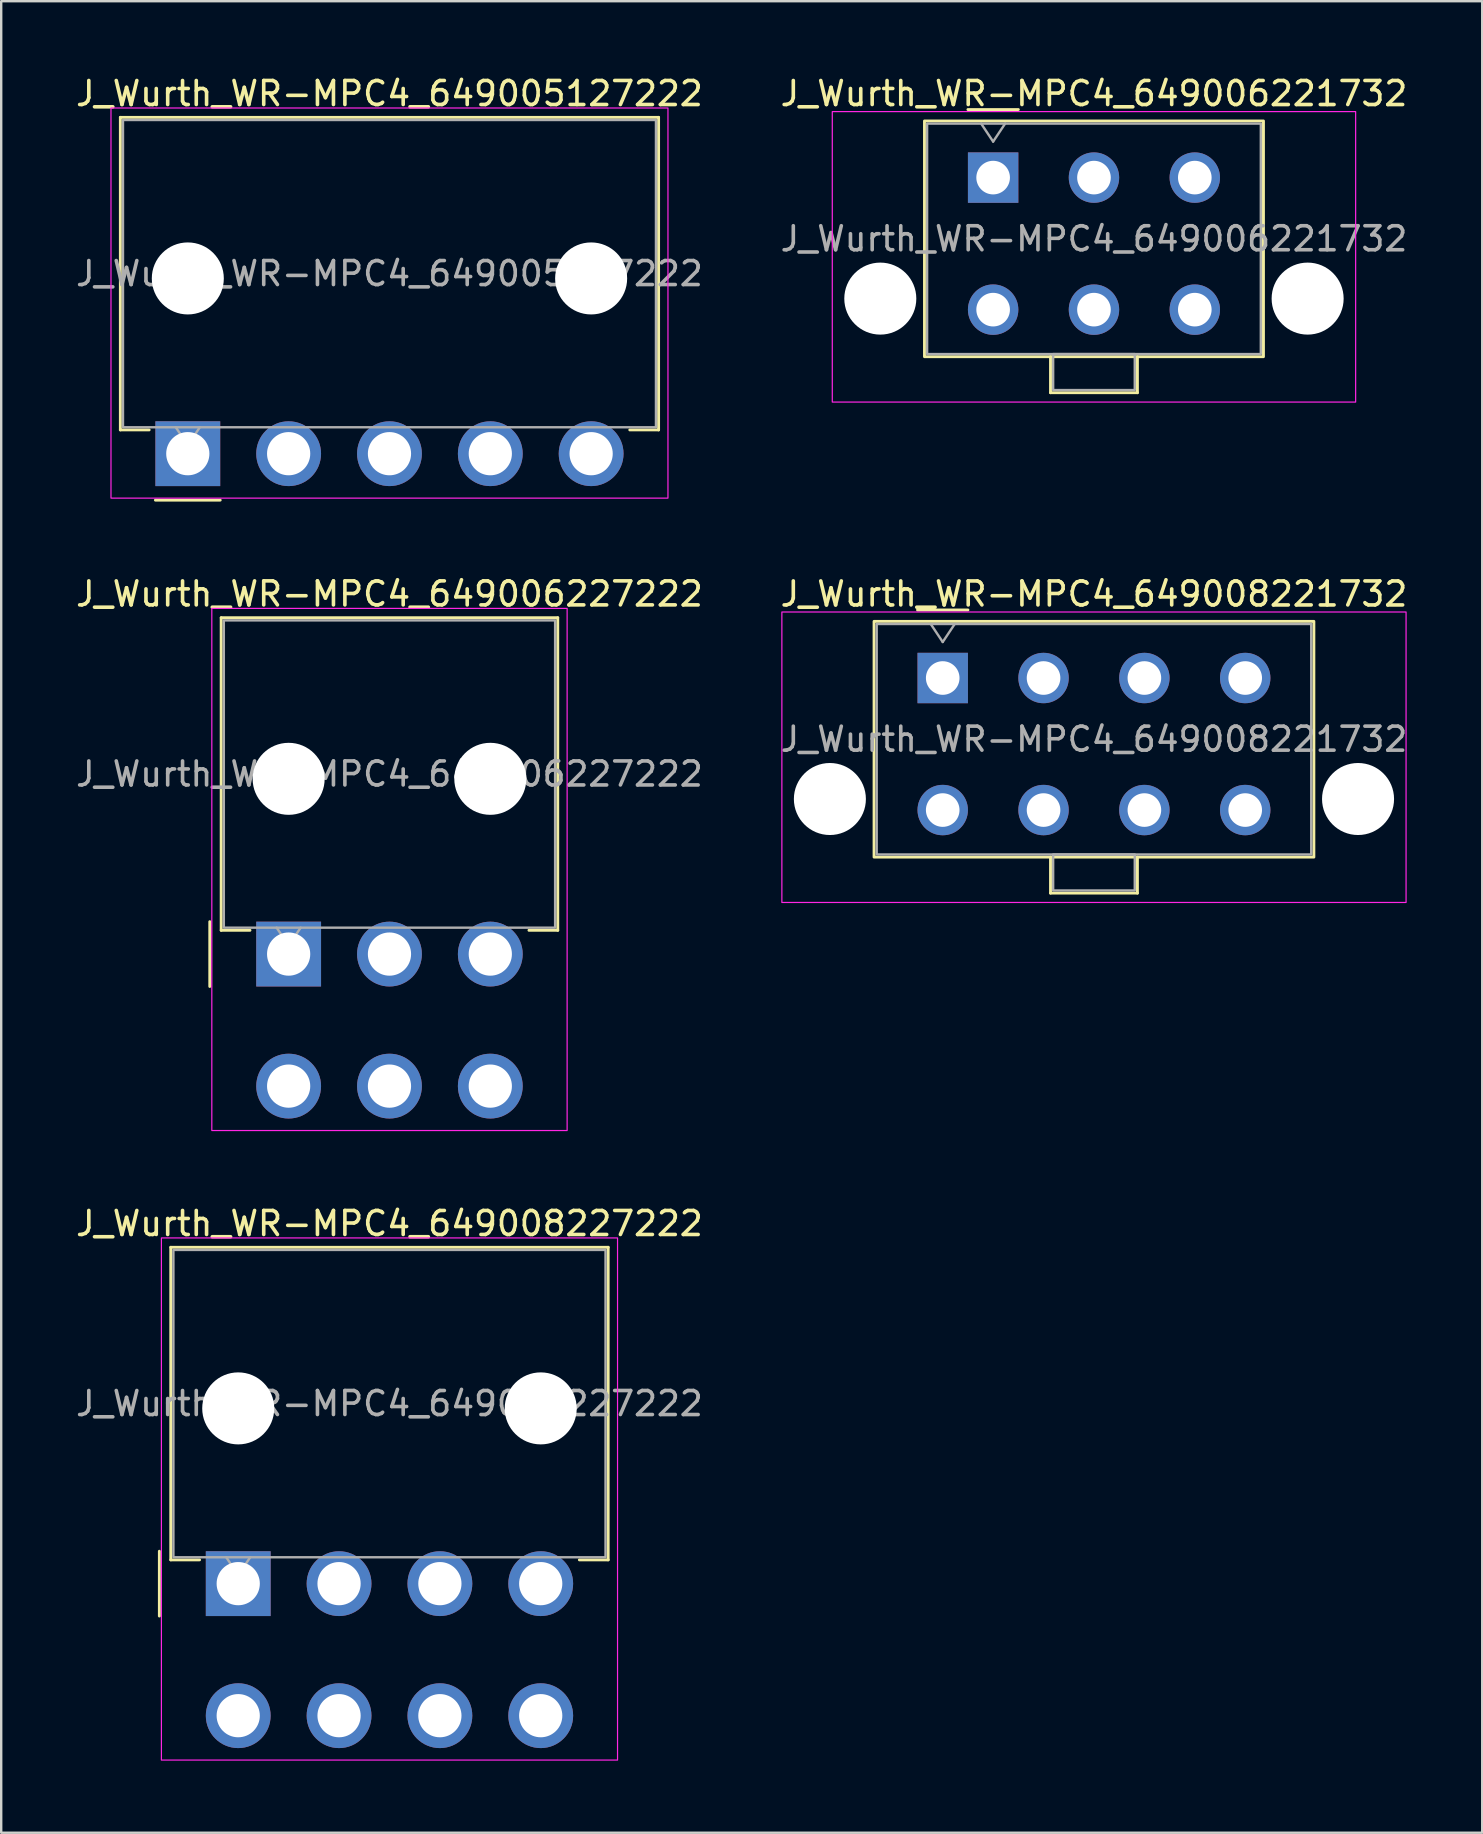
<source format=kicad_pcb>
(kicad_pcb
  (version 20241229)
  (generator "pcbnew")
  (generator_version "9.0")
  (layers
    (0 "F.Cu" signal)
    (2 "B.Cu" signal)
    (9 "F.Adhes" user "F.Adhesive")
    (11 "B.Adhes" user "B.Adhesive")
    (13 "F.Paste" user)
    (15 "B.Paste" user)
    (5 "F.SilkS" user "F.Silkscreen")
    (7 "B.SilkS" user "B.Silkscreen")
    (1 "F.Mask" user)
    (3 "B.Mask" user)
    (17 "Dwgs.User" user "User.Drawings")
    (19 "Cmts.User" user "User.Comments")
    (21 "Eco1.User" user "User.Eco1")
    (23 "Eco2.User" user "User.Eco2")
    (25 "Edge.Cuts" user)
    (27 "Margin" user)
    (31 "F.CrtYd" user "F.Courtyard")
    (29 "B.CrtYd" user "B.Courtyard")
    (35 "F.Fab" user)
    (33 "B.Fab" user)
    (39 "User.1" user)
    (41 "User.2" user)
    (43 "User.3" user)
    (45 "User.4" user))
  (footprint "J_Wurth_WR-MPC4_649006227222"
    (layer "F.Cu")
    (at 8.973 36.691)
    (property "Reference" "J_Wurth_WR-MPC4_649006227222" (at 4.2 -15 0) (unlocked yes) (layer "F.SilkS") (effects (font (size 1 1) (thickness 0.15))))
    (attr through_hole)
    (fp_line (start -3.285 -1.35) (end -3.285 1.35) (stroke (width 0.12) (type solid)) (layer "F.SilkS"))
    (fp_line (start -2.81 -14.01) (end 11.21 -14.01) (stroke (width 0.12) (type default)) (layer "F.SilkS"))
    (fp_line (start -2.81 -0.99) (end -2.81 -14.01) (stroke (width 0.12) (type default)) (layer "F.SilkS"))
    (fp_line (start -1.61 -0.99) (end -2.81 -0.99) (stroke (width 0.12) (type solid)) (layer "F.SilkS"))
    (fp_line (start 11.21 -14.01) (end 11.21 -0.99) (stroke (width 0.12) (type solid)) (layer "F.SilkS"))
    (fp_line (start 11.21 -0.99) (end 10.01 -0.99) (stroke (width 0.12) (type solid)) (layer "F.SilkS"))
    (fp_rect (start -3.2 -14.4) (end 11.6 7.35) (stroke (width 0.05) (type solid)) (fill no) (layer "F.CrtYd"))
    (fp_line (start 0 -0.35) (end -0.5 -1.1) (stroke (width 0.1) (type solid)) (layer "F.Fab"))
    (fp_line (start 0 -0.35) (end 0.5 -1.1) (stroke (width 0.1) (type solid)) (layer "F.Fab"))
    (fp_rect (start -2.7 -13.9) (end 11.1 -1.1) (stroke (width 0.1) (type solid)) (fill no) (layer "F.Fab"))
    (fp_text user "${REFERENCE}" (at 4.2 -7.5 0) (unlocked yes) (layer "F.Fab") (effects (font (size 1 1) (thickness 0.15))))
    (pad "" np_thru_hole circle (at 0 -7.3) (size 3 3) (drill 3) (layers "*.Cu" "*.Mask"))
    (pad "" np_thru_hole circle (at 8.4 -7.3) (size 3 3) (drill 3) (layers "*.Cu" "*.Mask"))
    (pad "1" thru_hole rect (at 0 0 180) (size 2.7 2.7) (drill 1.8) (layers "*.Cu" "*.Mask"))
    (pad "2" thru_hole circle (at 4.2 0 180) (size 2.7 2.7) (drill 1.8) (layers "*.Cu" "*.Mask"))
    (pad "3" thru_hole circle (at 8.4 0 180) (size 2.7 2.7) (drill 1.8) (layers "*.Cu" "*.Mask"))
    (pad "4" thru_hole circle (at 0 5.5 180) (size 2.7 2.7) (drill 1.8) (layers "*.Cu" "*.Mask"))
    (pad "5" thru_hole circle (at 4.2 5.5 180) (size 2.7 2.7) (drill 1.8) (layers "*.Cu" "*.Mask"))
    (pad "6" thru_hole circle (at 8.4 5.5 180) (size 2.7 2.7) (drill 1.8) (layers "*.Cu" "*.Mask")))
  (footprint "J_Wurth_WR-MPC4_649006221732"
    (layer "F.Cu")
    (at 38.318 4.348)
    (property "Reference" "J_Wurth_WR-MPC4_649006221732" (at 4.2 -3.5 0) (unlocked yes) (layer "F.SilkS") (effects (font (size 1 1) (thickness 0.15))))
    (attr through_hole)
    (fp_line (start 1.05 -2.835) (end -1.05 -2.835) (stroke (width 0.12) (type solid)) (layer "F.SilkS"))
    (fp_line (start 2.39 8.96) (end 2.39 7.46) (stroke (width 0.12) (type default)) (layer "F.SilkS"))
    (fp_line (start 6.01 7.46) (end 6.01 8.96) (stroke (width 0.12) (type default)) (layer "F.SilkS"))
    (fp_line (start 6.01 8.96) (end 2.39 8.96) (stroke (width 0.12) (type solid)) (layer "F.SilkS"))
    (fp_rect (start -2.86 -2.36) (end 11.26 7.46) (stroke (width 0.12) (type solid)) (fill no) (layer "F.SilkS"))
    (fp_rect (start -6.7 -2.75) (end 15.1 9.35) (stroke (width 0.05) (type solid)) (fill no) (layer "F.CrtYd"))
    (fp_line (start 0 -1.5) (end -0.5 -2.25) (stroke (width 0.1) (type solid)) (layer "F.Fab"))
    (fp_line (start 0 -1.5) (end 0.5 -2.25) (stroke (width 0.1) (type solid)) (layer "F.Fab"))
    (fp_rect (start -2.75 -2.25) (end 11.15 7.35) (stroke (width 0.1) (type solid)) (fill no) (layer "F.Fab"))
    (fp_rect (start 2.5 7.35) (end 5.9 8.85) (stroke (width 0.1) (type solid)) (fill no) (layer "F.Fab"))
    (fp_text user "${REFERENCE}" (at 4.2 2.55 0) (unlocked yes) (layer "F.Fab") (effects (font (size 1 1) (thickness 0.15))))
    (pad "" np_thru_hole circle (at -4.7 5.04 180) (size 3 3) (drill 3) (layers "*.Cu" "*.Mask"))
    (pad "" np_thru_hole circle (at 13.1 5.04 180) (size 3 3) (drill 3) (layers "*.Cu" "*.Mask"))
    (pad "1" thru_hole rect (at 0 0 180) (size 2.1 2.1) (drill 1.4) (layers "*.Cu" "*.Mask"))
    (pad "2" thru_hole circle (at 4.2 0 180) (size 2.1 2.1) (drill 1.4) (layers "*.Cu" "*.Mask"))
    (pad "3" thru_hole circle (at 8.4 0 180) (size 2.1 2.1) (drill 1.4) (layers "*.Cu" "*.Mask"))
    (pad "4" thru_hole circle (at 0 5.5 180) (size 2.1 2.1) (drill 1.4) (layers "*.Cu" "*.Mask"))
    (pad "5" thru_hole circle (at 4.2 5.5 180) (size 2.1 2.1) (drill 1.4) (layers "*.Cu" "*.Mask"))
    (pad "6" thru_hole circle (at 8.4 5.5 180) (size 2.1 2.1) (drill 1.4) (layers "*.Cu" "*.Mask")))
  (footprint "J_Wurth_WR-MPC4_649005127222"
    (layer "F.Cu")
    (at 4.773 15.848)
    (property "Reference" "J_Wurth_WR-MPC4_649005127222" (at 8.4 -15 0) (unlocked yes) (layer "F.SilkS") (effects (font (size 1 1) (thickness 0.15))))
    (attr through_hole)
    (fp_line (start -2.81 -14.01) (end 19.61 -14.01) (stroke (width 0.12) (type default)) (layer "F.SilkS"))
    (fp_line (start -2.81 -0.99) (end -2.81 -14.01) (stroke (width 0.12) (type default)) (layer "F.SilkS"))
    (fp_line (start -1.61 -0.99) (end -2.81 -0.99) (stroke (width 0.12) (type solid)) (layer "F.SilkS"))
    (fp_line (start -1.35 1.935) (end 1.35 1.935) (stroke (width 0.12) (type solid)) (layer "F.SilkS"))
    (fp_line (start 19.61 -14.01) (end 19.61 -0.99) (stroke (width 0.12) (type default)) (layer "F.SilkS"))
    (fp_line (start 19.61 -0.99) (end 18.41 -0.99) (stroke (width 0.12) (type solid)) (layer "F.SilkS"))
    (fp_rect (start -3.2 -14.4) (end 20 1.85) (stroke (width 0.05) (type solid)) (fill no) (layer "F.CrtYd"))
    (fp_line (start 0 -0.35) (end -0.5 -1.1) (stroke (width 0.1) (type solid)) (layer "F.Fab"))
    (fp_line (start 0 -0.35) (end 0.5 -1.1) (stroke (width 0.1) (type solid)) (layer "F.Fab"))
    (fp_rect (start -2.7 -13.9) (end 19.5 -1.1) (stroke (width 0.1) (type solid)) (fill no) (layer "F.Fab"))
    (fp_text user "${REFERENCE}" (at 8.4 -7.5 0) (unlocked yes) (layer "F.Fab") (effects (font (size 1 1) (thickness 0.15))))
    (pad "" np_thru_hole circle (at 0 -7.3) (size 3 3) (drill 3) (layers "*.Cu" "*.Mask"))
    (pad "" np_thru_hole circle (at 16.8 -7.3) (size 3 3) (drill 3) (layers "*.Cu" "*.Mask"))
    (pad "1" thru_hole rect (at 0 0 180) (size 2.7 2.7) (drill 1.8) (layers "*.Cu" "*.Mask"))
    (pad "2" thru_hole circle (at 4.2 0 180) (size 2.7 2.7) (drill 1.8) (layers "*.Cu" "*.Mask"))
    (pad "3" thru_hole circle (at 8.4 0 180) (size 2.7 2.7) (drill 1.8) (layers "*.Cu" "*.Mask"))
    (pad "4" thru_hole circle (at 12.6 0 180) (size 2.7 2.7) (drill 1.8) (layers "*.Cu" "*.Mask"))
    (pad "5" thru_hole circle (at 16.8 0 180) (size 2.7 2.7) (drill 1.8) (layers "*.Cu" "*.Mask")))
  (footprint "J_Wurth_WR-MPC4_649008227222"
    (layer "F.Cu")
    (at 6.873 62.915)
    (property "Reference" "J_Wurth_WR-MPC4_649008227222" (at 6.3 -15 0) (unlocked yes) (layer "F.SilkS") (effects (font (size 1 1) (thickness 0.15))))
    (attr through_hole)
    (fp_line (start -3.285 -1.35) (end -3.285 1.35) (stroke (width 0.12) (type solid)) (layer "F.SilkS"))
    (fp_line (start -2.81 -14.01) (end 15.41 -14.01) (stroke (width 0.12) (type default)) (layer "F.SilkS"))
    (fp_line (start -2.81 -0.99) (end -2.81 -14.01) (stroke (width 0.12) (type default)) (layer "F.SilkS"))
    (fp_line (start -1.61 -0.99) (end -2.81 -0.99) (stroke (width 0.12) (type solid)) (layer "F.SilkS"))
    (fp_line (start 15.41 -14.01) (end 15.41 -0.99) (stroke (width 0.12) (type solid)) (layer "F.SilkS"))
    (fp_line (start 15.41 -0.99) (end 14.21 -0.99) (stroke (width 0.12) (type solid)) (layer "F.SilkS"))
    (fp_rect (start -3.2 -14.4) (end 15.8 7.35) (stroke (width 0.05) (type solid)) (fill no) (layer "F.CrtYd"))
    (fp_line (start 0 -0.35) (end -0.5 -1.1) (stroke (width 0.1) (type solid)) (layer "F.Fab"))
    (fp_line (start 0 -0.35) (end 0.5 -1.1) (stroke (width 0.1) (type solid)) (layer "F.Fab"))
    (fp_rect (start -2.7 -13.9) (end 15.3 -1.1) (stroke (width 0.1) (type solid)) (fill no) (layer "F.Fab"))
    (fp_text user "${REFERENCE}" (at 6.3 -7.5 0) (unlocked yes) (layer "F.Fab") (effects (font (size 1 1) (thickness 0.15))))
    (pad "" np_thru_hole circle (at 0 -7.3) (size 3 3) (drill 3) (layers "*.Cu" "*.Mask"))
    (pad "" np_thru_hole circle (at 12.6 -7.3) (size 3 3) (drill 3) (layers "*.Cu" "*.Mask"))
    (pad "1" thru_hole rect (at 0 0 180) (size 2.7 2.7) (drill 1.8) (layers "*.Cu" "*.Mask"))
    (pad "2" thru_hole circle (at 4.2 0 180) (size 2.7 2.7) (drill 1.8) (layers "*.Cu" "*.Mask"))
    (pad "3" thru_hole circle (at 8.4 0 180) (size 2.7 2.7) (drill 1.8) (layers "*.Cu" "*.Mask"))
    (pad "4" thru_hole circle (at 12.6 0 180) (size 2.7 2.7) (drill 1.8) (layers "*.Cu" "*.Mask"))
    (pad "5" thru_hole circle (at 0 5.5 180) (size 2.7 2.7) (drill 1.8) (layers "*.Cu" "*.Mask"))
    (pad "6" thru_hole circle (at 4.2 5.5 180) (size 2.7 2.7) (drill 1.8) (layers "*.Cu" "*.Mask"))
    (pad "7" thru_hole circle (at 8.4 5.5 180) (size 2.7 2.7) (drill 1.8) (layers "*.Cu" "*.Mask"))
    (pad "8" thru_hole circle (at 12.6 5.5 180) (size 2.7 2.7) (drill 1.8) (layers "*.Cu" "*.Mask")))
  (footprint "J_Wurth_WR-MPC4_649008221732"
    (layer "F.Cu")
    (at 36.218 25.192)
    (property "Reference" "J_Wurth_WR-MPC4_649008221732" (at 6.3 -3.5 0) (unlocked yes) (layer "F.SilkS") (effects (font (size 1 1) (thickness 0.15))))
    (attr through_hole)
    (fp_line (start 1.05 -2.835) (end -1.05 -2.835) (stroke (width 0.12) (type solid)) (layer "F.SilkS"))
    (fp_line (start 4.49 8.96) (end 4.49 7.46) (stroke (width 0.12) (type default)) (layer "F.SilkS"))
    (fp_line (start 8.11 7.46) (end 8.11 8.96) (stroke (width 0.12) (type default)) (layer "F.SilkS"))
    (fp_line (start 8.11 8.96) (end 4.49 8.96) (stroke (width 0.12) (type solid)) (layer "F.SilkS"))
    (fp_rect (start -2.86 -2.36) (end 15.46 7.46) (stroke (width 0.12) (type solid)) (fill no) (layer "F.SilkS"))
    (fp_rect (start -6.7 -2.75) (end 19.3 9.35) (stroke (width 0.05) (type solid)) (fill no) (layer "F.CrtYd"))
    (fp_line (start 0 -1.5) (end -0.5 -2.25) (stroke (width 0.1) (type solid)) (layer "F.Fab"))
    (fp_line (start 0 -1.5) (end 0.5 -2.25) (stroke (width 0.1) (type solid)) (layer "F.Fab"))
    (fp_rect (start -2.75 -2.25) (end 15.35 7.35) (stroke (width 0.1) (type solid)) (fill no) (layer "F.Fab"))
    (fp_rect (start 4.6 7.35) (end 8 8.85) (stroke (width 0.1) (type solid)) (fill no) (layer "F.Fab"))
    (fp_text user "${REFERENCE}" (at 6.3 2.55 0) (unlocked yes) (layer "F.Fab") (effects (font (size 1 1) (thickness 0.15))))
    (pad "" np_thru_hole circle (at -4.7 5.04 180) (size 3 3) (drill 3) (layers "*.Cu" "*.Mask"))
    (pad "" np_thru_hole circle (at 17.3 5.04 180) (size 3 3) (drill 3) (layers "*.Cu" "*.Mask"))
    (pad "1" thru_hole rect (at 0 0 180) (size 2.1 2.1) (drill 1.4) (layers "*.Cu" "*.Mask"))
    (pad "2" thru_hole circle (at 4.2 0 180) (size 2.1 2.1) (drill 1.4) (layers "*.Cu" "*.Mask"))
    (pad "3" thru_hole circle (at 8.4 0 180) (size 2.1 2.1) (drill 1.4) (layers "*.Cu" "*.Mask"))
    (pad "4" thru_hole circle (at 12.6 0 180) (size 2.1 2.1) (drill 1.4) (layers "*.Cu" "*.Mask"))
    (pad "5" thru_hole circle (at 0 5.5 180) (size 2.1 2.1) (drill 1.4) (layers "*.Cu" "*.Mask"))
    (pad "6" thru_hole circle (at 4.2 5.5 180) (size 2.1 2.1) (drill 1.4) (layers "*.Cu" "*.Mask"))
    (pad "7" thru_hole circle (at 8.4 5.5 180) (size 2.1 2.1) (drill 1.4) (layers "*.Cu" "*.Mask"))
    (pad "8" thru_hole circle (at 12.6 5.5 180) (size 2.1 2.1) (drill 1.4) (layers "*.Cu" "*.Mask")))
  (gr_rect
    (start -3 -3)
    (end 58.69 73.29)
    (stroke (width 0.1) (type default))
    (fill no)
    (layer "Edge.Cuts")))
</source>
